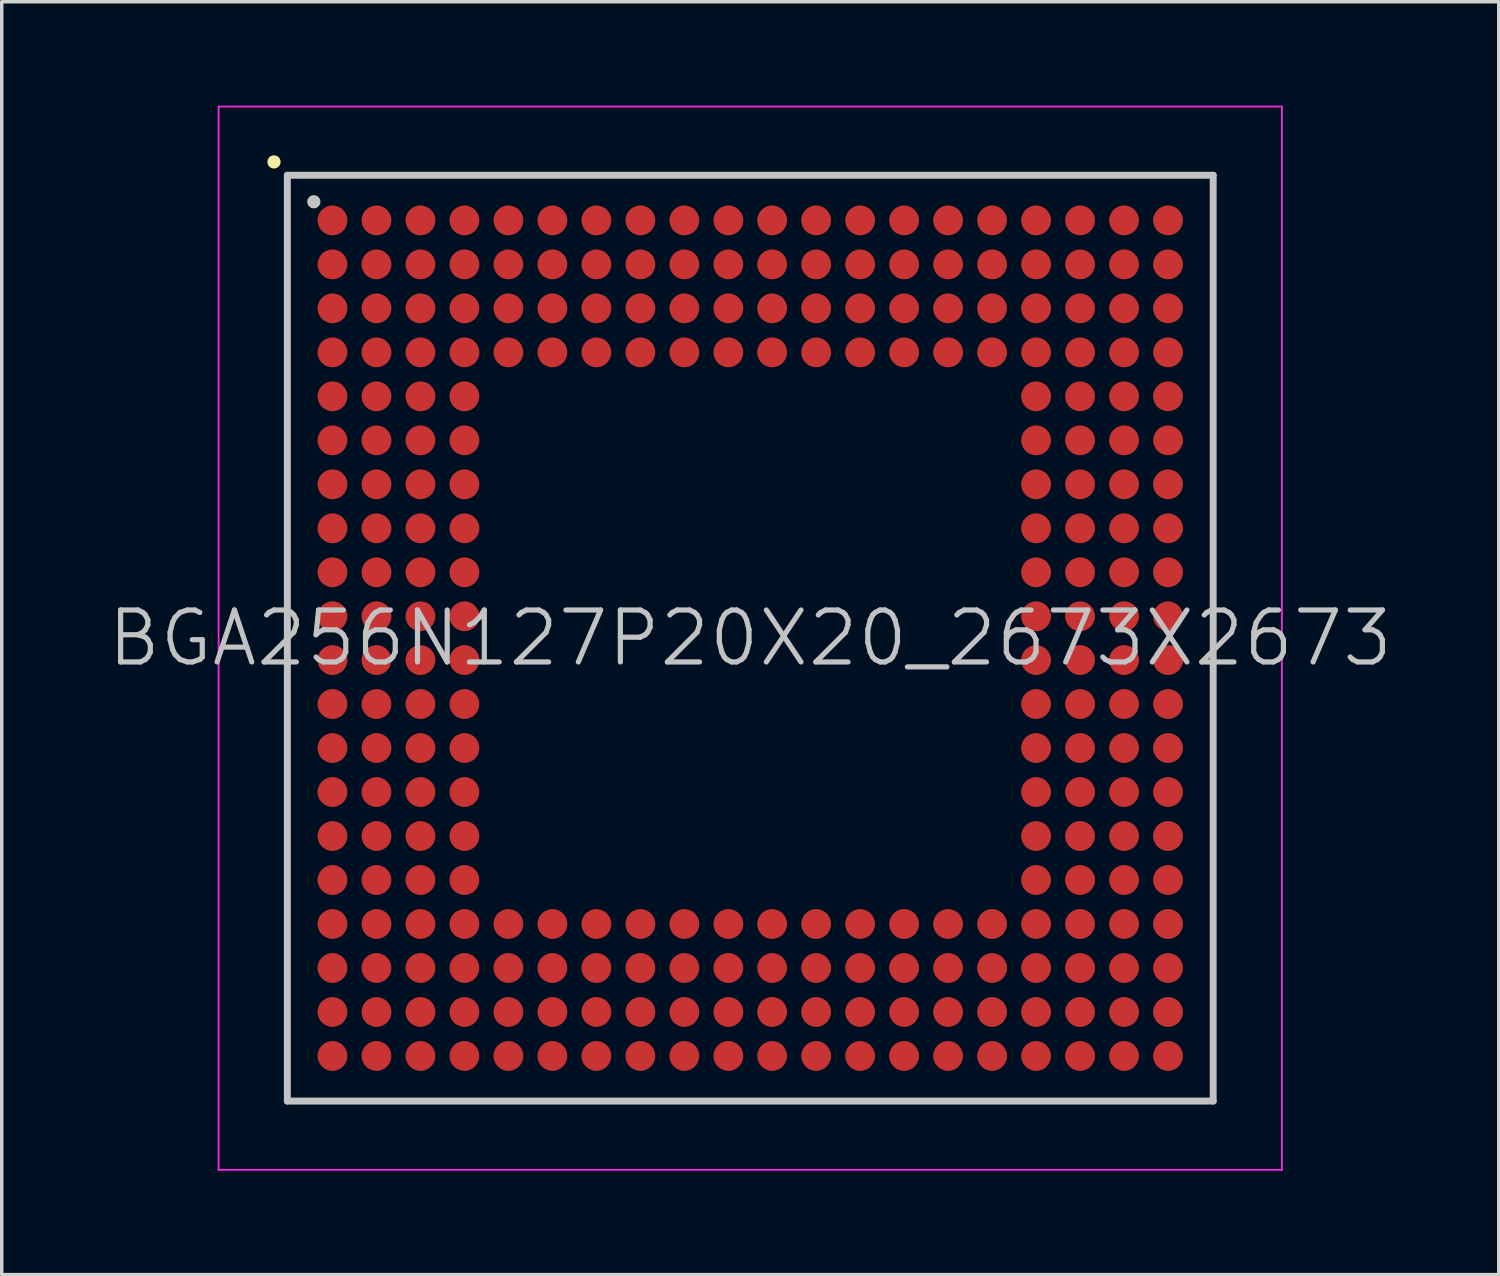
<source format=kicad_pcb>
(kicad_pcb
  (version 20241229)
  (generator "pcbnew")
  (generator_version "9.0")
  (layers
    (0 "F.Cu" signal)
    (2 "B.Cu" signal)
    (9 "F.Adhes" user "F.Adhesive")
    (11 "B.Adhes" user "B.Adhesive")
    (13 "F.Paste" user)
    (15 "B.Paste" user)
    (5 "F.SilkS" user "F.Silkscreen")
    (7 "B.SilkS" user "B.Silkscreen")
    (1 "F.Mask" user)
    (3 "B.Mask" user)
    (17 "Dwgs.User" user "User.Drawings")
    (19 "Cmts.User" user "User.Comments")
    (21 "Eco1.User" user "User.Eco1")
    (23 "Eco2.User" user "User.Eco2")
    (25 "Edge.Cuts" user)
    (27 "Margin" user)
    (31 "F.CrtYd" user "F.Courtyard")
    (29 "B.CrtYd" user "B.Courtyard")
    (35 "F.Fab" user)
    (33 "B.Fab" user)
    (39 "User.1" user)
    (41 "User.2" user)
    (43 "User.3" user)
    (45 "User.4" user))
  (footprint "BGA256N127P20X20_2673X2673"
    (layer "F.Cu")
    (at 18.611 15.375)
    (property "Reference" "BGA256N127P20X20_2673X2673" (at 0 0 0) (layer "Dwgs.User") (effects (font (size 1.5 1.5) (thickness 0.15))))
    (attr smd)
    (fp_line (start -13.75 -13.75) (end -13.75 -13.75) (stroke (width 0.381) (type solid)) (layer "F.SilkS"))
    (fp_line (start -13.365 -13.365) (end -13.365 13.365) (stroke (width 0.2) (type solid)) (layer "Dwgs.User"))
    (fp_line (start -13.365 -13.365) (end 13.365 -13.365) (stroke (width 0.2) (type solid)) (layer "Dwgs.User"))
    (fp_line (start -13.365 13.365) (end 13.365 13.365) (stroke (width 0.2) (type solid)) (layer "Dwgs.User"))
    (fp_line (start -12.6 -12.6) (end -12.6 -12.6) (stroke (width 0.381) (type solid)) (layer "Dwgs.User"))
    (fp_line (start 13.365 -13.365) (end 13.365 13.365) (stroke (width 0.2) (type solid)) (layer "Dwgs.User"))
    (fp_line (start -15.35 -15.35) (end -15.35 15.35) (stroke (width 0.05) (type solid)) (layer "F.CrtYd"))
    (fp_line (start -15.35 -15.35) (end 15.35 -15.35) (stroke (width 0.05) (type solid)) (layer "F.CrtYd"))
    (fp_line (start -15.35 15.35) (end 15.35 15.35) (stroke (width 0.05) (type solid)) (layer "F.CrtYd"))
    (fp_line (start 15.35 -15.35) (end 15.35 15.35) (stroke (width 0.05) (type solid)) (layer "F.CrtYd"))
    (pad "A1" smd circle (at -12.062 -12.062 270) (size 0.86 0.86) (layers "F.Cu" "F.Mask" "F.Paste"))
    (pad "A2" smd circle (at -10.792 -12.062 270) (size 0.86 0.86) (layers "F.Cu" "F.Mask" "F.Paste"))
    (pad "A3" smd circle (at -9.522 -12.062 270) (size 0.86 0.86) (layers "F.Cu" "F.Mask" "F.Paste"))
    (pad "A4" smd circle (at -8.252 -12.062 270) (size 0.86 0.86) (layers "F.Cu" "F.Mask" "F.Paste"))
    (pad "A5" smd circle (at -6.982 -12.062 270) (size 0.86 0.86) (layers "F.Cu" "F.Mask" "F.Paste"))
    (pad "A6" smd circle (at -5.712 -12.062 270) (size 0.86 0.86) (layers "F.Cu" "F.Mask" "F.Paste"))
    (pad "A7" smd circle (at -4.442 -12.062 270) (size 0.86 0.86) (layers "F.Cu" "F.Mask" "F.Paste"))
    (pad "A8" smd circle (at -3.172 -12.062 270) (size 0.86 0.86) (layers "F.Cu" "F.Mask" "F.Paste"))
    (pad "A9" smd circle (at -1.902 -12.062 270) (size 0.86 0.86) (layers "F.Cu" "F.Mask" "F.Paste"))
    (pad "A10" smd circle (at -0.632 -12.062 270) (size 0.86 0.86) (layers "F.Cu" "F.Mask" "F.Paste"))
    (pad "A11" smd circle (at 0.632 -12.062 270) (size 0.86 0.86) (layers "F.Cu" "F.Mask" "F.Paste"))
    (pad "A12" smd circle (at 1.902 -12.062 270) (size 0.86 0.86) (layers "F.Cu" "F.Mask" "F.Paste"))
    (pad "A13" smd circle (at 3.172 -12.062 270) (size 0.86 0.86) (layers "F.Cu" "F.Mask" "F.Paste"))
    (pad "A14" smd circle (at 4.442 -12.062 270) (size 0.86 0.86) (layers "F.Cu" "F.Mask" "F.Paste"))
    (pad "A15" smd circle (at 5.712 -12.062 270) (size 0.86 0.86) (layers "F.Cu" "F.Mask" "F.Paste"))
    (pad "A16" smd circle (at 6.982 -12.062 270) (size 0.86 0.86) (layers "F.Cu" "F.Mask" "F.Paste"))
    (pad "A17" smd circle (at 8.252 -12.062 270) (size 0.86 0.86) (layers "F.Cu" "F.Mask" "F.Paste"))
    (pad "A18" smd circle (at 9.522 -12.062 270) (size 0.86 0.86) (layers "F.Cu" "F.Mask" "F.Paste"))
    (pad "A19" smd circle (at 10.792 -12.062 270) (size 0.86 0.86) (layers "F.Cu" "F.Mask" "F.Paste"))
    (pad "A20" smd circle (at 12.062 -12.062 270) (size 0.86 0.86) (layers "F.Cu" "F.Mask" "F.Paste"))
    (pad "B1" smd circle (at -12.062 -10.792 270) (size 0.86 0.86) (layers "F.Cu" "F.Mask" "F.Paste"))
    (pad "B2" smd circle (at -10.792 -10.792 270) (size 0.86 0.86) (layers "F.Cu" "F.Mask" "F.Paste"))
    (pad "B3" smd circle (at -9.522 -10.792 270) (size 0.86 0.86) (layers "F.Cu" "F.Mask" "F.Paste"))
    (pad "B4" smd circle (at -8.252 -10.792 270) (size 0.86 0.86) (layers "F.Cu" "F.Mask" "F.Paste"))
    (pad "B5" smd circle (at -6.982 -10.792 270) (size 0.86 0.86) (layers "F.Cu" "F.Mask" "F.Paste"))
    (pad "B6" smd circle (at -5.712 -10.792 270) (size 0.86 0.86) (layers "F.Cu" "F.Mask" "F.Paste"))
    (pad "B7" smd circle (at -4.442 -10.792 270) (size 0.86 0.86) (layers "F.Cu" "F.Mask" "F.Paste"))
    (pad "B8" smd circle (at -3.172 -10.792 270) (size 0.86 0.86) (layers "F.Cu" "F.Mask" "F.Paste"))
    (pad "B9" smd circle (at -1.902 -10.792 270) (size 0.86 0.86) (layers "F.Cu" "F.Mask" "F.Paste"))
    (pad "B10" smd circle (at -0.632 -10.792 270) (size 0.86 0.86) (layers "F.Cu" "F.Mask" "F.Paste"))
    (pad "B11" smd circle (at 0.632 -10.792 270) (size 0.86 0.86) (layers "F.Cu" "F.Mask" "F.Paste"))
    (pad "B12" smd circle (at 1.902 -10.792 270) (size 0.86 0.86) (layers "F.Cu" "F.Mask" "F.Paste"))
    (pad "B13" smd circle (at 3.172 -10.792 270) (size 0.86 0.86) (layers "F.Cu" "F.Mask" "F.Paste"))
    (pad "B14" smd circle (at 4.442 -10.792 270) (size 0.86 0.86) (layers "F.Cu" "F.Mask" "F.Paste"))
    (pad "B15" smd circle (at 5.712 -10.792 270) (size 0.86 0.86) (layers "F.Cu" "F.Mask" "F.Paste"))
    (pad "B16" smd circle (at 6.982 -10.792 270) (size 0.86 0.86) (layers "F.Cu" "F.Mask" "F.Paste"))
    (pad "B17" smd circle (at 8.252 -10.792 270) (size 0.86 0.86) (layers "F.Cu" "F.Mask" "F.Paste"))
    (pad "B18" smd circle (at 9.522 -10.792 270) (size 0.86 0.86) (layers "F.Cu" "F.Mask" "F.Paste"))
    (pad "B19" smd circle (at 10.792 -10.792 270) (size 0.86 0.86) (layers "F.Cu" "F.Mask" "F.Paste"))
    (pad "B20" smd circle (at 12.062 -10.792 270) (size 0.86 0.86) (layers "F.Cu" "F.Mask" "F.Paste"))
    (pad "C1" smd circle (at -12.062 -9.522 270) (size 0.86 0.86) (layers "F.Cu" "F.Mask" "F.Paste"))
    (pad "C2" smd circle (at -10.792 -9.522 270) (size 0.86 0.86) (layers "F.Cu" "F.Mask" "F.Paste"))
    (pad "C3" smd circle (at -9.522 -9.522 270) (size 0.86 0.86) (layers "F.Cu" "F.Mask" "F.Paste"))
    (pad "C4" smd circle (at -8.252 -9.522 270) (size 0.86 0.86) (layers "F.Cu" "F.Mask" "F.Paste"))
    (pad "C5" smd circle (at -6.982 -9.522 270) (size 0.86 0.86) (layers "F.Cu" "F.Mask" "F.Paste"))
    (pad "C6" smd circle (at -5.712 -9.522 270) (size 0.86 0.86) (layers "F.Cu" "F.Mask" "F.Paste"))
    (pad "C7" smd circle (at -4.442 -9.522 270) (size 0.86 0.86) (layers "F.Cu" "F.Mask" "F.Paste"))
    (pad "C8" smd circle (at -3.172 -9.522 270) (size 0.86 0.86) (layers "F.Cu" "F.Mask" "F.Paste"))
    (pad "C9" smd circle (at -1.902 -9.522 270) (size 0.86 0.86) (layers "F.Cu" "F.Mask" "F.Paste"))
    (pad "C10" smd circle (at -0.632 -9.522 270) (size 0.86 0.86) (layers "F.Cu" "F.Mask" "F.Paste"))
    (pad "C11" smd circle (at 0.632 -9.522 270) (size 0.86 0.86) (layers "F.Cu" "F.Mask" "F.Paste"))
    (pad "C12" smd circle (at 1.902 -9.522 270) (size 0.86 0.86) (layers "F.Cu" "F.Mask" "F.Paste"))
    (pad "C13" smd circle (at 3.172 -9.522 270) (size 0.86 0.86) (layers "F.Cu" "F.Mask" "F.Paste"))
    (pad "C14" smd circle (at 4.442 -9.522 270) (size 0.86 0.86) (layers "F.Cu" "F.Mask" "F.Paste"))
    (pad "C15" smd circle (at 5.712 -9.522 270) (size 0.86 0.86) (layers "F.Cu" "F.Mask" "F.Paste"))
    (pad "C16" smd circle (at 6.982 -9.522 270) (size 0.86 0.86) (layers "F.Cu" "F.Mask" "F.Paste"))
    (pad "C17" smd circle (at 8.252 -9.522 270) (size 0.86 0.86) (layers "F.Cu" "F.Mask" "F.Paste"))
    (pad "C18" smd circle (at 9.522 -9.522 270) (size 0.86 0.86) (layers "F.Cu" "F.Mask" "F.Paste"))
    (pad "C19" smd circle (at 10.792 -9.522 270) (size 0.86 0.86) (layers "F.Cu" "F.Mask" "F.Paste"))
    (pad "C20" smd circle (at 12.062 -9.522 270) (size 0.86 0.86) (layers "F.Cu" "F.Mask" "F.Paste"))
    (pad "D1" smd circle (at -12.062 -8.252 270) (size 0.86 0.86) (layers "F.Cu" "F.Mask" "F.Paste"))
    (pad "D2" smd circle (at -10.792 -8.252 270) (size 0.86 0.86) (layers "F.Cu" "F.Mask" "F.Paste"))
    (pad "D3" smd circle (at -9.522 -8.252 270) (size 0.86 0.86) (layers "F.Cu" "F.Mask" "F.Paste"))
    (pad "D4" smd circle (at -8.252 -8.252 270) (size 0.86 0.86) (layers "F.Cu" "F.Mask" "F.Paste"))
    (pad "D5" smd circle (at -6.982 -8.252 270) (size 0.86 0.86) (layers "F.Cu" "F.Mask" "F.Paste"))
    (pad "D6" smd circle (at -5.712 -8.252 270) (size 0.86 0.86) (layers "F.Cu" "F.Mask" "F.Paste"))
    (pad "D7" smd circle (at -4.442 -8.252 270) (size 0.86 0.86) (layers "F.Cu" "F.Mask" "F.Paste"))
    (pad "D8" smd circle (at -3.172 -8.252 270) (size 0.86 0.86) (layers "F.Cu" "F.Mask" "F.Paste"))
    (pad "D9" smd circle (at -1.902 -8.252 270) (size 0.86 0.86) (layers "F.Cu" "F.Mask" "F.Paste"))
    (pad "D10" smd circle (at -0.632 -8.252 270) (size 0.86 0.86) (layers "F.Cu" "F.Mask" "F.Paste"))
    (pad "D11" smd circle (at 0.632 -8.252 270) (size 0.86 0.86) (layers "F.Cu" "F.Mask" "F.Paste"))
    (pad "D12" smd circle (at 1.902 -8.252 270) (size 0.86 0.86) (layers "F.Cu" "F.Mask" "F.Paste"))
    (pad "D13" smd circle (at 3.172 -8.252 270) (size 0.86 0.86) (layers "F.Cu" "F.Mask" "F.Paste"))
    (pad "D14" smd circle (at 4.442 -8.252 270) (size 0.86 0.86) (layers "F.Cu" "F.Mask" "F.Paste"))
    (pad "D15" smd circle (at 5.712 -8.252 270) (size 0.86 0.86) (layers "F.Cu" "F.Mask" "F.Paste"))
    (pad "D16" smd circle (at 6.982 -8.252 270) (size 0.86 0.86) (layers "F.Cu" "F.Mask" "F.Paste"))
    (pad "D17" smd circle (at 8.252 -8.252 270) (size 0.86 0.86) (layers "F.Cu" "F.Mask" "F.Paste"))
    (pad "D18" smd circle (at 9.522 -8.252 270) (size 0.86 0.86) (layers "F.Cu" "F.Mask" "F.Paste"))
    (pad "D19" smd circle (at 10.792 -8.252 270) (size 0.86 0.86) (layers "F.Cu" "F.Mask" "F.Paste"))
    (pad "D20" smd circle (at 12.062 -8.252 270) (size 0.86 0.86) (layers "F.Cu" "F.Mask" "F.Paste"))
    (pad "E1" smd circle (at -12.062 -6.982 270) (size 0.86 0.86) (layers "F.Cu" "F.Mask" "F.Paste"))
    (pad "E2" smd circle (at -10.792 -6.982 270) (size 0.86 0.86) (layers "F.Cu" "F.Mask" "F.Paste"))
    (pad "E3" smd circle (at -9.522 -6.982 270) (size 0.86 0.86) (layers "F.Cu" "F.Mask" "F.Paste"))
    (pad "E4" smd circle (at -8.252 -6.982 270) (size 0.86 0.86) (layers "F.Cu" "F.Mask" "F.Paste"))
    (pad "E17" smd circle (at 8.252 -6.982 270) (size 0.86 0.86) (layers "F.Cu" "F.Mask" "F.Paste"))
    (pad "E18" smd circle (at 9.522 -6.982 270) (size 0.86 0.86) (layers "F.Cu" "F.Mask" "F.Paste"))
    (pad "E19" smd circle (at 10.792 -6.982 270) (size 0.86 0.86) (layers "F.Cu" "F.Mask" "F.Paste"))
    (pad "E20" smd circle (at 12.062 -6.982 270) (size 0.86 0.86) (layers "F.Cu" "F.Mask" "F.Paste"))
    (pad "F1" smd circle (at -12.062 -5.712 270) (size 0.86 0.86) (layers "F.Cu" "F.Mask" "F.Paste"))
    (pad "F2" smd circle (at -10.792 -5.712 270) (size 0.86 0.86) (layers "F.Cu" "F.Mask" "F.Paste"))
    (pad "F3" smd circle (at -9.522 -5.712 270) (size 0.86 0.86) (layers "F.Cu" "F.Mask" "F.Paste"))
    (pad "F4" smd circle (at -8.252 -5.712 270) (size 0.86 0.86) (layers "F.Cu" "F.Mask" "F.Paste"))
    (pad "F17" smd circle (at 8.252 -5.712 270) (size 0.86 0.86) (layers "F.Cu" "F.Mask" "F.Paste"))
    (pad "F18" smd circle (at 9.522 -5.712 270) (size 0.86 0.86) (layers "F.Cu" "F.Mask" "F.Paste"))
    (pad "F19" smd circle (at 10.792 -5.712 270) (size 0.86 0.86) (layers "F.Cu" "F.Mask" "F.Paste"))
    (pad "F20" smd circle (at 12.062 -5.712 270) (size 0.86 0.86) (layers "F.Cu" "F.Mask" "F.Paste"))
    (pad "G1" smd circle (at -12.062 -4.442 270) (size 0.86 0.86) (layers "F.Cu" "F.Mask" "F.Paste"))
    (pad "G2" smd circle (at -10.792 -4.442 270) (size 0.86 0.86) (layers "F.Cu" "F.Mask" "F.Paste"))
    (pad "G3" smd circle (at -9.522 -4.442 270) (size 0.86 0.86) (layers "F.Cu" "F.Mask" "F.Paste"))
    (pad "G4" smd circle (at -8.252 -4.442 270) (size 0.86 0.86) (layers "F.Cu" "F.Mask" "F.Paste"))
    (pad "G17" smd circle (at 8.252 -4.442 270) (size 0.86 0.86) (layers "F.Cu" "F.Mask" "F.Paste"))
    (pad "G18" smd circle (at 9.522 -4.442 270) (size 0.86 0.86) (layers "F.Cu" "F.Mask" "F.Paste"))
    (pad "G19" smd circle (at 10.792 -4.442 270) (size 0.86 0.86) (layers "F.Cu" "F.Mask" "F.Paste"))
    (pad "G20" smd circle (at 12.062 -4.442 270) (size 0.86 0.86) (layers "F.Cu" "F.Mask" "F.Paste"))
    (pad "H1" smd circle (at -12.062 -3.172 270) (size 0.86 0.86) (layers "F.Cu" "F.Mask" "F.Paste"))
    (pad "H2" smd circle (at -10.792 -3.172 270) (size 0.86 0.86) (layers "F.Cu" "F.Mask" "F.Paste"))
    (pad "H3" smd circle (at -9.522 -3.172 270) (size 0.86 0.86) (layers "F.Cu" "F.Mask" "F.Paste"))
    (pad "H4" smd circle (at -8.252 -3.172 270) (size 0.86 0.86) (layers "F.Cu" "F.Mask" "F.Paste"))
    (pad "H17" smd circle (at 8.252 -3.172 270) (size 0.86 0.86) (layers "F.Cu" "F.Mask" "F.Paste"))
    (pad "H18" smd circle (at 9.522 -3.172 270) (size 0.86 0.86) (layers "F.Cu" "F.Mask" "F.Paste"))
    (pad "H19" smd circle (at 10.792 -3.172 270) (size 0.86 0.86) (layers "F.Cu" "F.Mask" "F.Paste"))
    (pad "H20" smd circle (at 12.062 -3.172 270) (size 0.86 0.86) (layers "F.Cu" "F.Mask" "F.Paste"))
    (pad "J1" smd circle (at -12.062 -1.902 270) (size 0.86 0.86) (layers "F.Cu" "F.Mask" "F.Paste"))
    (pad "J2" smd circle (at -10.792 -1.902 270) (size 0.86 0.86) (layers "F.Cu" "F.Mask" "F.Paste"))
    (pad "J3" smd circle (at -9.522 -1.902 270) (size 0.86 0.86) (layers "F.Cu" "F.Mask" "F.Paste"))
    (pad "J4" smd circle (at -8.252 -1.902 270) (size 0.86 0.86) (layers "F.Cu" "F.Mask" "F.Paste"))
    (pad "J17" smd circle (at 8.252 -1.902 270) (size 0.86 0.86) (layers "F.Cu" "F.Mask" "F.Paste"))
    (pad "J18" smd circle (at 9.522 -1.902 270) (size 0.86 0.86) (layers "F.Cu" "F.Mask" "F.Paste"))
    (pad "J19" smd circle (at 10.792 -1.902 270) (size 0.86 0.86) (layers "F.Cu" "F.Mask" "F.Paste"))
    (pad "J20" smd circle (at 12.062 -1.902 270) (size 0.86 0.86) (layers "F.Cu" "F.Mask" "F.Paste"))
    (pad "K1" smd circle (at -12.062 -0.632 270) (size 0.86 0.86) (layers "F.Cu" "F.Mask" "F.Paste"))
    (pad "K2" smd circle (at -10.792 -0.632 270) (size 0.86 0.86) (layers "F.Cu" "F.Mask" "F.Paste"))
    (pad "K3" smd circle (at -9.522 -0.632 270) (size 0.86 0.86) (layers "F.Cu" "F.Mask" "F.Paste"))
    (pad "K4" smd circle (at -8.252 -0.632 270) (size 0.86 0.86) (layers "F.Cu" "F.Mask" "F.Paste"))
    (pad "K17" smd circle (at 8.252 -0.632 270) (size 0.86 0.86) (layers "F.Cu" "F.Mask" "F.Paste"))
    (pad "K18" smd circle (at 9.522 -0.632 270) (size 0.86 0.86) (layers "F.Cu" "F.Mask" "F.Paste"))
    (pad "K19" smd circle (at 10.792 -0.632 270) (size 0.86 0.86) (layers "F.Cu" "F.Mask" "F.Paste"))
    (pad "K20" smd circle (at 12.062 -0.632 270) (size 0.86 0.86) (layers "F.Cu" "F.Mask" "F.Paste"))
    (pad "L1" smd circle (at -12.062 0.632 270) (size 0.86 0.86) (layers "F.Cu" "F.Mask" "F.Paste"))
    (pad "L2" smd circle (at -10.792 0.632 270) (size 0.86 0.86) (layers "F.Cu" "F.Mask" "F.Paste"))
    (pad "L3" smd circle (at -9.522 0.632 270) (size 0.86 0.86) (layers "F.Cu" "F.Mask" "F.Paste"))
    (pad "L4" smd circle (at -8.252 0.632 270) (size 0.86 0.86) (layers "F.Cu" "F.Mask" "F.Paste"))
    (pad "L17" smd circle (at 8.252 0.632 270) (size 0.86 0.86) (layers "F.Cu" "F.Mask" "F.Paste"))
    (pad "L18" smd circle (at 9.522 0.632 270) (size 0.86 0.86) (layers "F.Cu" "F.Mask" "F.Paste"))
    (pad "L19" smd circle (at 10.792 0.632 270) (size 0.86 0.86) (layers "F.Cu" "F.Mask" "F.Paste"))
    (pad "L20" smd circle (at 12.062 0.632 270) (size 0.86 0.86) (layers "F.Cu" "F.Mask" "F.Paste"))
    (pad "M1" smd circle (at -12.062 1.902 270) (size 0.86 0.86) (layers "F.Cu" "F.Mask" "F.Paste"))
    (pad "M2" smd circle (at -10.792 1.902 270) (size 0.86 0.86) (layers "F.Cu" "F.Mask" "F.Paste"))
    (pad "M3" smd circle (at -9.522 1.902 270) (size 0.86 0.86) (layers "F.Cu" "F.Mask" "F.Paste"))
    (pad "M4" smd circle (at -8.252 1.902 270) (size 0.86 0.86) (layers "F.Cu" "F.Mask" "F.Paste"))
    (pad "M17" smd circle (at 8.252 1.902 270) (size 0.86 0.86) (layers "F.Cu" "F.Mask" "F.Paste"))
    (pad "M18" smd circle (at 9.522 1.902 270) (size 0.86 0.86) (layers "F.Cu" "F.Mask" "F.Paste"))
    (pad "M19" smd circle (at 10.792 1.902 270) (size 0.86 0.86) (layers "F.Cu" "F.Mask" "F.Paste"))
    (pad "M20" smd circle (at 12.062 1.902 270) (size 0.86 0.86) (layers "F.Cu" "F.Mask" "F.Paste"))
    (pad "N1" smd circle (at -12.062 3.172 270) (size 0.86 0.86) (layers "F.Cu" "F.Mask" "F.Paste"))
    (pad "N2" smd circle (at -10.792 3.172 270) (size 0.86 0.86) (layers "F.Cu" "F.Mask" "F.Paste"))
    (pad "N3" smd circle (at -9.522 3.172 270) (size 0.86 0.86) (layers "F.Cu" "F.Mask" "F.Paste"))
    (pad "N4" smd circle (at -8.252 3.172 270) (size 0.86 0.86) (layers "F.Cu" "F.Mask" "F.Paste"))
    (pad "N17" smd circle (at 8.252 3.172 270) (size 0.86 0.86) (layers "F.Cu" "F.Mask" "F.Paste"))
    (pad "N18" smd circle (at 9.522 3.172 270) (size 0.86 0.86) (layers "F.Cu" "F.Mask" "F.Paste"))
    (pad "N19" smd circle (at 10.792 3.172 270) (size 0.86 0.86) (layers "F.Cu" "F.Mask" "F.Paste"))
    (pad "N20" smd circle (at 12.062 3.172 270) (size 0.86 0.86) (layers "F.Cu" "F.Mask" "F.Paste"))
    (pad "P1" smd circle (at -12.062 4.442 270) (size 0.86 0.86) (layers "F.Cu" "F.Mask" "F.Paste"))
    (pad "P2" smd circle (at -10.792 4.442 270) (size 0.86 0.86) (layers "F.Cu" "F.Mask" "F.Paste"))
    (pad "P3" smd circle (at -9.522 4.442 270) (size 0.86 0.86) (layers "F.Cu" "F.Mask" "F.Paste"))
    (pad "P4" smd circle (at -8.252 4.442 270) (size 0.86 0.86) (layers "F.Cu" "F.Mask" "F.Paste"))
    (pad "P17" smd circle (at 8.252 4.442 270) (size 0.86 0.86) (layers "F.Cu" "F.Mask" "F.Paste"))
    (pad "P18" smd circle (at 9.522 4.442 270) (size 0.86 0.86) (layers "F.Cu" "F.Mask" "F.Paste"))
    (pad "P19" smd circle (at 10.792 4.442 270) (size 0.86 0.86) (layers "F.Cu" "F.Mask" "F.Paste"))
    (pad "P20" smd circle (at 12.062 4.442 270) (size 0.86 0.86) (layers "F.Cu" "F.Mask" "F.Paste"))
    (pad "R1" smd circle (at -12.062 5.712 270) (size 0.86 0.86) (layers "F.Cu" "F.Mask" "F.Paste"))
    (pad "R2" smd circle (at -10.792 5.712 270) (size 0.86 0.86) (layers "F.Cu" "F.Mask" "F.Paste"))
    (pad "R3" smd circle (at -9.522 5.712 270) (size 0.86 0.86) (layers "F.Cu" "F.Mask" "F.Paste"))
    (pad "R4" smd circle (at -8.252 5.712 270) (size 0.86 0.86) (layers "F.Cu" "F.Mask" "F.Paste"))
    (pad "R17" smd circle (at 8.252 5.712 270) (size 0.86 0.86) (layers "F.Cu" "F.Mask" "F.Paste"))
    (pad "R18" smd circle (at 9.522 5.712 270) (size 0.86 0.86) (layers "F.Cu" "F.Mask" "F.Paste"))
    (pad "R19" smd circle (at 10.792 5.712 270) (size 0.86 0.86) (layers "F.Cu" "F.Mask" "F.Paste"))
    (pad "R20" smd circle (at 12.062 5.712 270) (size 0.86 0.86) (layers "F.Cu" "F.Mask" "F.Paste"))
    (pad "T1" smd circle (at -12.062 6.982 270) (size 0.86 0.86) (layers "F.Cu" "F.Mask" "F.Paste"))
    (pad "T2" smd circle (at -10.792 6.982 270) (size 0.86 0.86) (layers "F.Cu" "F.Mask" "F.Paste"))
    (pad "T3" smd circle (at -9.522 6.982 270) (size 0.86 0.86) (layers "F.Cu" "F.Mask" "F.Paste"))
    (pad "T4" smd circle (at -8.252 6.982 270) (size 0.86 0.86) (layers "F.Cu" "F.Mask" "F.Paste"))
    (pad "T17" smd circle (at 8.252 6.982 270) (size 0.86 0.86) (layers "F.Cu" "F.Mask" "F.Paste"))
    (pad "T18" smd circle (at 9.522 6.982 270) (size 0.86 0.86) (layers "F.Cu" "F.Mask" "F.Paste"))
    (pad "T19" smd circle (at 10.792 6.982 270) (size 0.86 0.86) (layers "F.Cu" "F.Mask" "F.Paste"))
    (pad "T20" smd circle (at 12.062 6.982 270) (size 0.86 0.86) (layers "F.Cu" "F.Mask" "F.Paste"))
    (pad "U1" smd circle (at -12.062 8.252 270) (size 0.86 0.86) (layers "F.Cu" "F.Mask" "F.Paste"))
    (pad "U2" smd circle (at -10.792 8.252 270) (size 0.86 0.86) (layers "F.Cu" "F.Mask" "F.Paste"))
    (pad "U3" smd circle (at -9.522 8.252 270) (size 0.86 0.86) (layers "F.Cu" "F.Mask" "F.Paste"))
    (pad "U4" smd circle (at -8.252 8.252 270) (size 0.86 0.86) (layers "F.Cu" "F.Mask" "F.Paste"))
    (pad "U5" smd circle (at -6.982 8.252 270) (size 0.86 0.86) (layers "F.Cu" "F.Mask" "F.Paste"))
    (pad "U6" smd circle (at -5.712 8.252 270) (size 0.86 0.86) (layers "F.Cu" "F.Mask" "F.Paste"))
    (pad "U7" smd circle (at -4.442 8.252 270) (size 0.86 0.86) (layers "F.Cu" "F.Mask" "F.Paste"))
    (pad "U8" smd circle (at -3.172 8.252 270) (size 0.86 0.86) (layers "F.Cu" "F.Mask" "F.Paste"))
    (pad "U9" smd circle (at -1.902 8.252 270) (size 0.86 0.86) (layers "F.Cu" "F.Mask" "F.Paste"))
    (pad "U10" smd circle (at -0.632 8.252 270) (size 0.86 0.86) (layers "F.Cu" "F.Mask" "F.Paste"))
    (pad "U11" smd circle (at 0.632 8.252 270) (size 0.86 0.86) (layers "F.Cu" "F.Mask" "F.Paste"))
    (pad "U12" smd circle (at 1.902 8.252 270) (size 0.86 0.86) (layers "F.Cu" "F.Mask" "F.Paste"))
    (pad "U13" smd circle (at 3.172 8.252 270) (size 0.86 0.86) (layers "F.Cu" "F.Mask" "F.Paste"))
    (pad "U14" smd circle (at 4.442 8.252 270) (size 0.86 0.86) (layers "F.Cu" "F.Mask" "F.Paste"))
    (pad "U15" smd circle (at 5.712 8.252 270) (size 0.86 0.86) (layers "F.Cu" "F.Mask" "F.Paste"))
    (pad "U16" smd circle (at 6.982 8.252 270) (size 0.86 0.86) (layers "F.Cu" "F.Mask" "F.Paste"))
    (pad "U17" smd circle (at 8.252 8.252 270) (size 0.86 0.86) (layers "F.Cu" "F.Mask" "F.Paste"))
    (pad "U18" smd circle (at 9.522 8.252 270) (size 0.86 0.86) (layers "F.Cu" "F.Mask" "F.Paste"))
    (pad "U19" smd circle (at 10.792 8.252 270) (size 0.86 0.86) (layers "F.Cu" "F.Mask" "F.Paste"))
    (pad "U20" smd circle (at 12.062 8.252 270) (size 0.86 0.86) (layers "F.Cu" "F.Mask" "F.Paste"))
    (pad "V1" smd circle (at -12.062 9.522 270) (size 0.86 0.86) (layers "F.Cu" "F.Mask" "F.Paste"))
    (pad "V2" smd circle (at -10.792 9.522 270) (size 0.86 0.86) (layers "F.Cu" "F.Mask" "F.Paste"))
    (pad "V3" smd circle (at -9.522 9.522 270) (size 0.86 0.86) (layers "F.Cu" "F.Mask" "F.Paste"))
    (pad "V4" smd circle (at -8.252 9.522 270) (size 0.86 0.86) (layers "F.Cu" "F.Mask" "F.Paste"))
    (pad "V5" smd circle (at -6.982 9.522 270) (size 0.86 0.86) (layers "F.Cu" "F.Mask" "F.Paste"))
    (pad "V6" smd circle (at -5.712 9.522 270) (size 0.86 0.86) (layers "F.Cu" "F.Mask" "F.Paste"))
    (pad "V7" smd circle (at -4.442 9.522 270) (size 0.86 0.86) (layers "F.Cu" "F.Mask" "F.Paste"))
    (pad "V8" smd circle (at -3.172 9.522 270) (size 0.86 0.86) (layers "F.Cu" "F.Mask" "F.Paste"))
    (pad "V9" smd circle (at -1.902 9.522 270) (size 0.86 0.86) (layers "F.Cu" "F.Mask" "F.Paste"))
    (pad "V10" smd circle (at -0.632 9.522 270) (size 0.86 0.86) (layers "F.Cu" "F.Mask" "F.Paste"))
    (pad "V11" smd circle (at 0.632 9.522 270) (size 0.86 0.86) (layers "F.Cu" "F.Mask" "F.Paste"))
    (pad "V12" smd circle (at 1.902 9.522 270) (size 0.86 0.86) (layers "F.Cu" "F.Mask" "F.Paste"))
    (pad "V13" smd circle (at 3.172 9.522 270) (size 0.86 0.86) (layers "F.Cu" "F.Mask" "F.Paste"))
    (pad "V14" smd circle (at 4.442 9.522 270) (size 0.86 0.86) (layers "F.Cu" "F.Mask" "F.Paste"))
    (pad "V15" smd circle (at 5.712 9.522 270) (size 0.86 0.86) (layers "F.Cu" "F.Mask" "F.Paste"))
    (pad "V16" smd circle (at 6.982 9.522 270) (size 0.86 0.86) (layers "F.Cu" "F.Mask" "F.Paste"))
    (pad "V17" smd circle (at 8.252 9.522 270) (size 0.86 0.86) (layers "F.Cu" "F.Mask" "F.Paste"))
    (pad "V18" smd circle (at 9.522 9.522 270) (size 0.86 0.86) (layers "F.Cu" "F.Mask" "F.Paste"))
    (pad "V19" smd circle (at 10.792 9.522 270) (size 0.86 0.86) (layers "F.Cu" "F.Mask" "F.Paste"))
    (pad "V20" smd circle (at 12.062 9.522 270) (size 0.86 0.86) (layers "F.Cu" "F.Mask" "F.Paste"))
    (pad "W1" smd circle (at -12.062 10.792 270) (size 0.86 0.86) (layers "F.Cu" "F.Mask" "F.Paste"))
    (pad "W2" smd circle (at -10.792 10.792 270) (size 0.86 0.86) (layers "F.Cu" "F.Mask" "F.Paste"))
    (pad "W3" smd circle (at -9.522 10.792 270) (size 0.86 0.86) (layers "F.Cu" "F.Mask" "F.Paste"))
    (pad "W4" smd circle (at -8.252 10.792 270) (size 0.86 0.86) (layers "F.Cu" "F.Mask" "F.Paste"))
    (pad "W5" smd circle (at -6.982 10.792 270) (size 0.86 0.86) (layers "F.Cu" "F.Mask" "F.Paste"))
    (pad "W6" smd circle (at -5.712 10.792 270) (size 0.86 0.86) (layers "F.Cu" "F.Mask" "F.Paste"))
    (pad "W7" smd circle (at -4.442 10.792 270) (size 0.86 0.86) (layers "F.Cu" "F.Mask" "F.Paste"))
    (pad "W8" smd circle (at -3.172 10.792 270) (size 0.86 0.86) (layers "F.Cu" "F.Mask" "F.Paste"))
    (pad "W9" smd circle (at -1.902 10.792 270) (size 0.86 0.86) (layers "F.Cu" "F.Mask" "F.Paste"))
    (pad "W10" smd circle (at -0.632 10.792 270) (size 0.86 0.86) (layers "F.Cu" "F.Mask" "F.Paste"))
    (pad "W11" smd circle (at 0.632 10.792 270) (size 0.86 0.86) (layers "F.Cu" "F.Mask" "F.Paste"))
    (pad "W12" smd circle (at 1.902 10.792 270) (size 0.86 0.86) (layers "F.Cu" "F.Mask" "F.Paste"))
    (pad "W13" smd circle (at 3.172 10.792 270) (size 0.86 0.86) (layers "F.Cu" "F.Mask" "F.Paste"))
    (pad "W14" smd circle (at 4.442 10.792 270) (size 0.86 0.86) (layers "F.Cu" "F.Mask" "F.Paste"))
    (pad "W15" smd circle (at 5.712 10.792 270) (size 0.86 0.86) (layers "F.Cu" "F.Mask" "F.Paste"))
    (pad "W16" smd circle (at 6.982 10.792 270) (size 0.86 0.86) (layers "F.Cu" "F.Mask" "F.Paste"))
    (pad "W17" smd circle (at 8.252 10.792 270) (size 0.86 0.86) (layers "F.Cu" "F.Mask" "F.Paste"))
    (pad "W18" smd circle (at 9.522 10.792 270) (size 0.86 0.86) (layers "F.Cu" "F.Mask" "F.Paste"))
    (pad "W19" smd circle (at 10.792 10.792 270) (size 0.86 0.86) (layers "F.Cu" "F.Mask" "F.Paste"))
    (pad "W20" smd circle (at 12.062 10.792 270) (size 0.86 0.86) (layers "F.Cu" "F.Mask" "F.Paste"))
    (pad "Y1" smd circle (at -12.062 12.062 270) (size 0.86 0.86) (layers "F.Cu" "F.Mask" "F.Paste"))
    (pad "Y2" smd circle (at -10.792 12.062 270) (size 0.86 0.86) (layers "F.Cu" "F.Mask" "F.Paste"))
    (pad "Y3" smd circle (at -9.522 12.062 270) (size 0.86 0.86) (layers "F.Cu" "F.Mask" "F.Paste"))
    (pad "Y4" smd circle (at -8.252 12.062 270) (size 0.86 0.86) (layers "F.Cu" "F.Mask" "F.Paste"))
    (pad "Y5" smd circle (at -6.982 12.062 270) (size 0.86 0.86) (layers "F.Cu" "F.Mask" "F.Paste"))
    (pad "Y6" smd circle (at -5.712 12.062 270) (size 0.86 0.86) (layers "F.Cu" "F.Mask" "F.Paste"))
    (pad "Y7" smd circle (at -4.442 12.062 270) (size 0.86 0.86) (layers "F.Cu" "F.Mask" "F.Paste"))
    (pad "Y8" smd circle (at -3.172 12.062 270) (size 0.86 0.86) (layers "F.Cu" "F.Mask" "F.Paste"))
    (pad "Y9" smd circle (at -1.902 12.062 270) (size 0.86 0.86) (layers "F.Cu" "F.Mask" "F.Paste"))
    (pad "Y10" smd circle (at -0.632 12.062 270) (size 0.86 0.86) (layers "F.Cu" "F.Mask" "F.Paste"))
    (pad "Y11" smd circle (at 0.632 12.062 270) (size 0.86 0.86) (layers "F.Cu" "F.Mask" "F.Paste"))
    (pad "Y12" smd circle (at 1.902 12.062 270) (size 0.86 0.86) (layers "F.Cu" "F.Mask" "F.Paste"))
    (pad "Y13" smd circle (at 3.172 12.062 270) (size 0.86 0.86) (layers "F.Cu" "F.Mask" "F.Paste"))
    (pad "Y14" smd circle (at 4.442 12.062 270) (size 0.86 0.86) (layers "F.Cu" "F.Mask" "F.Paste"))
    (pad "Y15" smd circle (at 5.712 12.062 270) (size 0.86 0.86) (layers "F.Cu" "F.Mask" "F.Paste"))
    (pad "Y16" smd circle (at 6.982 12.062 270) (size 0.86 0.86) (layers "F.Cu" "F.Mask" "F.Paste"))
    (pad "Y17" smd circle (at 8.252 12.062 270) (size 0.86 0.86) (layers "F.Cu" "F.Mask" "F.Paste"))
    (pad "Y18" smd circle (at 9.522 12.062 270) (size 0.86 0.86) (layers "F.Cu" "F.Mask" "F.Paste"))
    (pad "Y19" smd circle (at 10.792 12.062 270) (size 0.86 0.86) (layers "F.Cu" "F.Mask" "F.Paste"))
    (pad "Y20" smd circle (at 12.062 12.062 270) (size 0.86 0.86) (layers "F.Cu" "F.Mask" "F.Paste")))
  (gr_rect
    (start -3 -3)
    (end 40.221 33.75)
    (stroke (width 0.1) (type default))
    (fill no)
    (layer "Edge.Cuts")))
</source>
